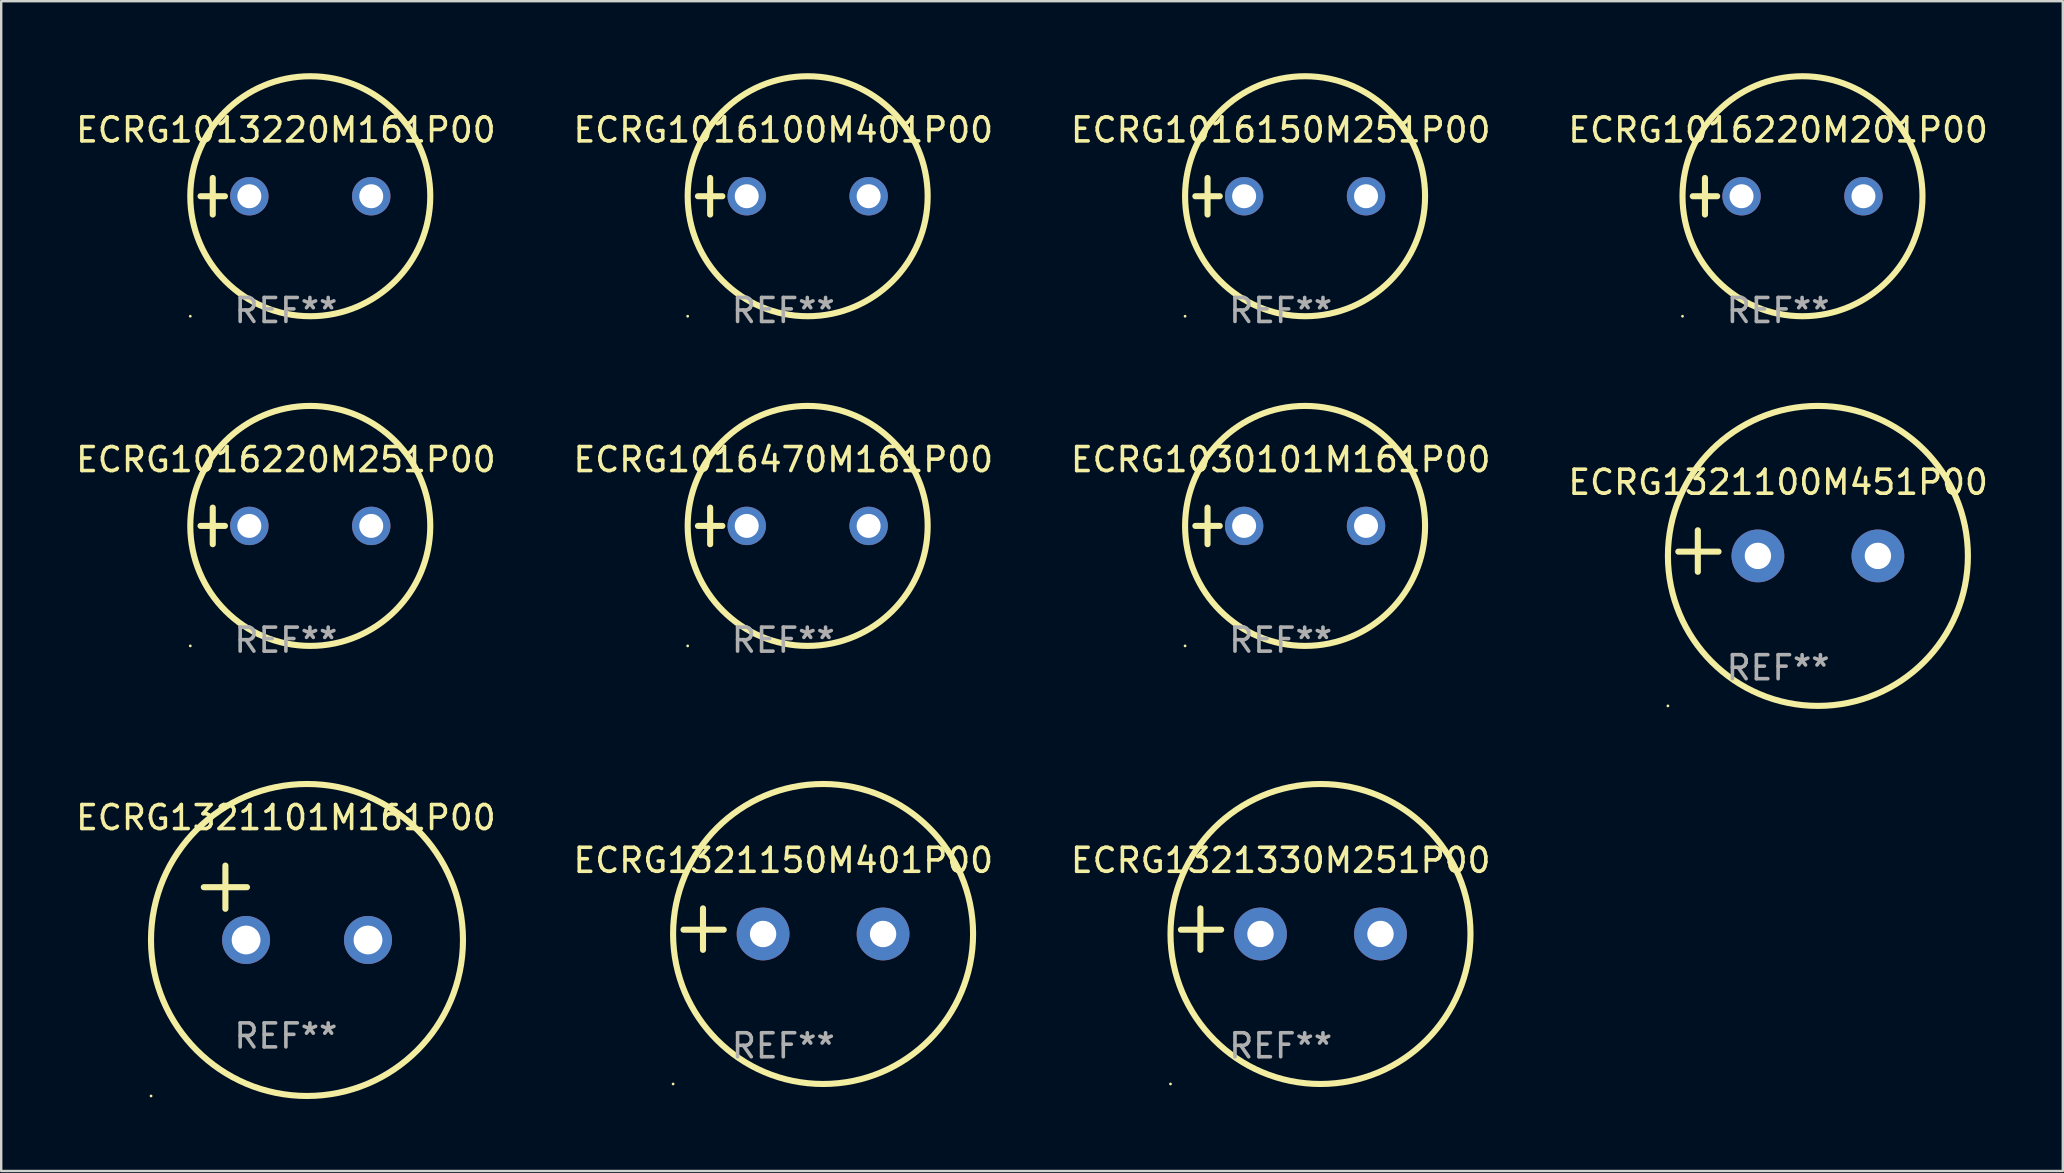
<source format=kicad_pcb>
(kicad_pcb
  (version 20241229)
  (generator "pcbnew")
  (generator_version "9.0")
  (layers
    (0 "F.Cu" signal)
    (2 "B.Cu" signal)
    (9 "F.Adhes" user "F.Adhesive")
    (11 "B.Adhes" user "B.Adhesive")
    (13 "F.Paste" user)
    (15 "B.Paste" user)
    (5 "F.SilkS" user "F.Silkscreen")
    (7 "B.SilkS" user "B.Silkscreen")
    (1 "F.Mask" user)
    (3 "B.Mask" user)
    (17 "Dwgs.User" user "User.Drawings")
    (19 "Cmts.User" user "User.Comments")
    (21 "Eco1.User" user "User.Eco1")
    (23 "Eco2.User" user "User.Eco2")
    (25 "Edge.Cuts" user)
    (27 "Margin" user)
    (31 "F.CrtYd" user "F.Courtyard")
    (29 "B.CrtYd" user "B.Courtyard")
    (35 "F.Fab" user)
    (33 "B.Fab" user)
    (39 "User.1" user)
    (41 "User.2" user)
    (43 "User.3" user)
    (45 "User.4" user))
  (footprint "ECRG1016220M201P00"
    (layer "F.Cu")
    (at 71.042 5.127)
    (property "Reference" "ECRG1016220M201P00" (at 0 -2.762 0) (layer "F.SilkS") (effects (font (size 1 1) (thickness 0.15))))
    (attr through_hole)
    (fp_line (start -3.556 0) (end -2.54 0) (stroke (width 0.254) (type solid)) (layer "F.SilkS"))
    (fp_line (start -3.048 -0.762) (end -3.048 0.762) (stroke (width 0.254) (type solid)) (layer "F.SilkS"))
    (fp_circle (center -3.984 5) (end -3.954 5) (stroke (width 0.06) (type solid)) (fill no) (layer "F.SilkS"))
    (fp_circle (center 1.016 0) (end 6.016 0) (stroke (width 0.254) (type solid)) (fill no) (layer "F.SilkS"))
    (fp_text user "REF**" (at 0 4.762 0) (layer "F.Fab") (effects (font (size 1 1) (thickness 0.15))))
    (pad "1" thru_hole circle (at -1.524 0) (size 1.6 1.6) (drill 1) (layers "*.Cu" "*.Mask"))
    (pad "2" thru_hole circle (at 3.556 0) (size 1.6 1.6) (drill 1) (layers "*.Cu" "*.Mask")))
  (footprint "ECRG1016470M161P00"
    (layer "F.Cu")
    (at 29.589 18.864)
    (property "Reference" "ECRG1016470M161P00" (at 0 -2.762 0) (layer "F.SilkS") (effects (font (size 1 1) (thickness 0.15))))
    (attr through_hole)
    (fp_line (start -3.556 0) (end -2.54 0) (stroke (width 0.254) (type solid)) (layer "F.SilkS"))
    (fp_line (start -3.048 -0.762) (end -3.048 0.762) (stroke (width 0.254) (type solid)) (layer "F.SilkS"))
    (fp_circle (center -3.984 5) (end -3.954 5) (stroke (width 0.06) (type solid)) (fill no) (layer "F.SilkS"))
    (fp_circle (center 1.016 0) (end 6.016 0) (stroke (width 0.254) (type solid)) (fill no) (layer "F.SilkS"))
    (fp_text user "REF**" (at 0 4.762 0) (layer "F.Fab") (effects (font (size 1 1) (thickness 0.15))))
    (pad "1" thru_hole circle (at -1.524 0) (size 1.6 1.6) (drill 1) (layers "*.Cu" "*.Mask"))
    (pad "2" thru_hole circle (at 3.556 0) (size 1.6 1.6) (drill 1) (layers "*.Cu" "*.Mask")))
  (footprint "ECRG1321100M451P00"
    (layer "F.Cu")
    (at 71.042 19.911)
    (property "Reference" "ECRG1321100M451P00" (at 0 -2.864 0) (layer "F.SilkS") (effects (font (size 1 1) (thickness 0.15))))
    (attr through_hole)
    (fp_line (start -3.346 0.864) (end -3.346 -0.864) (stroke (width 0.254) (type solid)) (layer "F.SilkS"))
    (fp_line (start -2.482 0.025) (end -4.158 0.025) (stroke (width 0.254) (type solid)) (layer "F.SilkS"))
    (fp_circle (center -4.592 6.453) (end -4.562 6.453) (stroke (width 0.06) (type solid)) (fill no) (layer "F.SilkS"))
    (fp_circle (center 1.658 0.203) (end 7.908 0.203) (stroke (width 0.254) (type solid)) (fill no) (layer "F.SilkS"))
    (fp_text user "REF**" (at 0 4.864 0) (layer "F.Fab") (effects (font (size 1 1) (thickness 0.15))))
    (pad "1" thru_hole circle (at -0.842 0.203) (size 2.2 2.2) (drill 1.1) (layers "*.Cu" "*.Mask"))
    (pad "2" thru_hole circle (at 4.158 0.203) (size 2.2 2.2) (drill 1.1) (layers "*.Cu" "*.Mask")))
  (footprint "ECRG1016150M251P00"
    (layer "F.Cu")
    (at 50.315 5.127)
    (property "Reference" "ECRG1016150M251P00" (at 0 -2.762 0) (layer "F.SilkS") (effects (font (size 1 1) (thickness 0.15))))
    (attr through_hole)
    (fp_line (start -3.556 0) (end -2.54 0) (stroke (width 0.254) (type solid)) (layer "F.SilkS"))
    (fp_line (start -3.048 -0.762) (end -3.048 0.762) (stroke (width 0.254) (type solid)) (layer "F.SilkS"))
    (fp_circle (center -3.984 5) (end -3.954 5) (stroke (width 0.06) (type solid)) (fill no) (layer "F.SilkS"))
    (fp_circle (center 1.016 0) (end 6.016 0) (stroke (width 0.254) (type solid)) (fill no) (layer "F.SilkS"))
    (fp_text user "REF**" (at 0 4.762 0) (layer "F.Fab") (effects (font (size 1 1) (thickness 0.15))))
    (pad "1" thru_hole circle (at -1.524 0) (size 1.6 1.6) (drill 1) (layers "*.Cu" "*.Mask"))
    (pad "2" thru_hole circle (at 3.556 0) (size 1.6 1.6) (drill 1) (layers "*.Cu" "*.Mask")))
  (footprint "ECRG1321330M251P00"
    (layer "F.Cu")
    (at 50.315 35.665)
    (property "Reference" "ECRG1321330M251P00" (at 0 -2.864 0) (layer "F.SilkS") (effects (font (size 1 1) (thickness 0.15))))
    (attr through_hole)
    (fp_line (start -3.346 0.864) (end -3.346 -0.864) (stroke (width 0.254) (type solid)) (layer "F.SilkS"))
    (fp_line (start -2.482 0.025) (end -4.158 0.025) (stroke (width 0.254) (type solid)) (layer "F.SilkS"))
    (fp_circle (center -4.592 6.453) (end -4.562 6.453) (stroke (width 0.06) (type solid)) (fill no) (layer "F.SilkS"))
    (fp_circle (center 1.658 0.203) (end 7.908 0.203) (stroke (width 0.254) (type solid)) (fill no) (layer "F.SilkS"))
    (fp_text user "REF**" (at 0 4.864 0) (layer "F.Fab") (effects (font (size 1 1) (thickness 0.15))))
    (pad "1" thru_hole circle (at -0.842 0.203) (size 2.2 2.2) (drill 1.1) (layers "*.Cu" "*.Mask"))
    (pad "2" thru_hole circle (at 4.158 0.203) (size 2.2 2.2) (drill 1.1) (layers "*.Cu" "*.Mask")))
  (footprint "ECRG1013220M161P00"
    (layer "F.Cu")
    (at 8.863 5.127)
    (property "Reference" "ECRG1013220M161P00" (at 0 -2.762 0) (layer "F.SilkS") (effects (font (size 1 1) (thickness 0.15))))
    (attr through_hole)
    (fp_line (start -3.556 0) (end -2.54 0) (stroke (width 0.254) (type solid)) (layer "F.SilkS"))
    (fp_line (start -3.048 -0.762) (end -3.048 0.762) (stroke (width 0.254) (type solid)) (layer "F.SilkS"))
    (fp_circle (center -3.984 5) (end -3.954 5) (stroke (width 0.06) (type solid)) (fill no) (layer "F.SilkS"))
    (fp_circle (center 1.016 0) (end 6.016 0) (stroke (width 0.254) (type solid)) (fill no) (layer "F.SilkS"))
    (fp_text user "REF**" (at 0 4.762 0) (layer "F.Fab") (effects (font (size 1 1) (thickness 0.15))))
    (pad "1" thru_hole circle (at -1.524 0) (size 1.6 1.6) (drill 1) (layers "*.Cu" "*.Mask"))
    (pad "2" thru_hole circle (at 3.556 0) (size 1.6 1.6) (drill 1) (layers "*.Cu" "*.Mask")))
  (footprint "ECRG1016220M251P00"
    (layer "F.Cu")
    (at 8.863 18.864)
    (property "Reference" "ECRG1016220M251P00" (at 0 -2.762 0) (layer "F.SilkS") (effects (font (size 1 1) (thickness 0.15))))
    (attr through_hole)
    (fp_line (start -3.556 0) (end -2.54 0) (stroke (width 0.254) (type solid)) (layer "F.SilkS"))
    (fp_line (start -3.048 -0.762) (end -3.048 0.762) (stroke (width 0.254) (type solid)) (layer "F.SilkS"))
    (fp_circle (center -3.984 5) (end -3.954 5) (stroke (width 0.06) (type solid)) (fill no) (layer "F.SilkS"))
    (fp_circle (center 1.016 0) (end 6.016 0) (stroke (width 0.254) (type solid)) (fill no) (layer "F.SilkS"))
    (fp_text user "REF**" (at 0 4.762 0) (layer "F.Fab") (effects (font (size 1 1) (thickness 0.15))))
    (pad "1" thru_hole circle (at -1.524 0) (size 1.6 1.6) (drill 1) (layers "*.Cu" "*.Mask"))
    (pad "2" thru_hole circle (at 3.556 0) (size 1.6 1.6) (drill 1) (layers "*.Cu" "*.Mask")))
  (footprint "ECRG1321150M401P00"
    (layer "F.Cu")
    (at 29.589 35.665)
    (property "Reference" "ECRG1321150M401P00" (at 0 -2.864 0) (layer "F.SilkS") (effects (font (size 1 1) (thickness 0.15))))
    (attr through_hole)
    (fp_line (start -3.346 0.864) (end -3.346 -0.864) (stroke (width 0.254) (type solid)) (layer "F.SilkS"))
    (fp_line (start -2.482 0.025) (end -4.158 0.025) (stroke (width 0.254) (type solid)) (layer "F.SilkS"))
    (fp_circle (center -4.592 6.453) (end -4.562 6.453) (stroke (width 0.06) (type solid)) (fill no) (layer "F.SilkS"))
    (fp_circle (center 1.658 0.203) (end 7.908 0.203) (stroke (width 0.254) (type solid)) (fill no) (layer "F.SilkS"))
    (fp_text user "REF**" (at 0 4.864 0) (layer "F.Fab") (effects (font (size 1 1) (thickness 0.15))))
    (pad "1" thru_hole circle (at -0.842 0.203) (size 2.2 2.2) (drill 1.1) (layers "*.Cu" "*.Mask"))
    (pad "2" thru_hole circle (at 4.158 0.203) (size 2.2 2.2) (drill 1.1) (layers "*.Cu" "*.Mask")))
  (footprint "ECRG1030101M161P00"
    (layer "F.Cu")
    (at 50.315 18.864)
    (property "Reference" "ECRG1030101M161P00" (at 0 -2.762 0) (layer "F.SilkS") (effects (font (size 1 1) (thickness 0.15))))
    (attr through_hole)
    (fp_line (start -3.556 0) (end -2.54 0) (stroke (width 0.254) (type solid)) (layer "F.SilkS"))
    (fp_line (start -3.048 -0.762) (end -3.048 0.762) (stroke (width 0.254) (type solid)) (layer "F.SilkS"))
    (fp_circle (center -3.984 5) (end -3.954 5) (stroke (width 0.06) (type solid)) (fill no) (layer "F.SilkS"))
    (fp_circle (center 1.016 0) (end 6.016 0) (stroke (width 0.254) (type solid)) (fill no) (layer "F.SilkS"))
    (fp_text user "REF**" (at 0 4.762 0) (layer "F.Fab") (effects (font (size 1 1) (thickness 0.15))))
    (pad "1" thru_hole circle (at -1.524 0) (size 1.6 1.6) (drill 1) (layers "*.Cu" "*.Mask"))
    (pad "2" thru_hole circle (at 3.556 0) (size 1.6 1.6) (drill 1) (layers "*.Cu" "*.Mask")))
  (footprint "ECRG1321101M161P00"
    (layer "F.Cu")
    (at 8.863 34.568)
    (property "Reference" "ECRG1321101M161P00" (at 0 -3.55 0) (layer "F.SilkS") (effects (font (size 1 1) (thickness 0.15))))
    (attr through_hole)
    (fp_line (start -3.421 -0.65) (end -1.621 -0.65) (stroke (width 0.254) (type solid)) (layer "F.SilkS"))
    (fp_line (start -2.521 -1.55) (end -2.521 0.25) (stroke (width 0.254) (type solid)) (layer "F.SilkS"))
    (fp_circle (center -5.619 8.05) (end -5.589 8.05) (stroke (width 0.06) (type solid)) (fill no) (layer "F.SilkS"))
    (fp_circle (center 0.879 1.55) (end 7.379 1.55) (stroke (width 0.254) (type solid)) (fill no) (layer "F.SilkS"))
    (fp_text user "REF**" (at 0 5.55 0) (layer "F.Fab") (effects (font (size 1 1) (thickness 0.15))))
    (pad "1" thru_hole circle (at -1.659 1.55) (size 2 2) (drill 1.2) (layers "*.Cu" "*.Mask"))
    (pad "2" thru_hole circle (at 3.421 1.55) (size 2 2) (drill 1.2) (layers "*.Cu" "*.Mask")))
  (footprint "ECRG1016100M401P00"
    (layer "F.Cu")
    (at 29.589 5.127)
    (property "Reference" "ECRG1016100M401P00" (at 0 -2.762 0) (layer "F.SilkS") (effects (font (size 1 1) (thickness 0.15))))
    (attr through_hole)
    (fp_line (start -3.556 0) (end -2.54 0) (stroke (width 0.254) (type solid)) (layer "F.SilkS"))
    (fp_line (start -3.048 -0.762) (end -3.048 0.762) (stroke (width 0.254) (type solid)) (layer "F.SilkS"))
    (fp_circle (center -3.984 5) (end -3.954 5) (stroke (width 0.06) (type solid)) (fill no) (layer "F.SilkS"))
    (fp_circle (center 1.016 0) (end 6.016 0) (stroke (width 0.254) (type solid)) (fill no) (layer "F.SilkS"))
    (fp_text user "REF**" (at 0 4.762 0) (layer "F.Fab") (effects (font (size 1 1) (thickness 0.15))))
    (pad "1" thru_hole circle (at -1.524 0) (size 1.6 1.6) (drill 1) (layers "*.Cu" "*.Mask"))
    (pad "2" thru_hole circle (at 3.556 0) (size 1.6 1.6) (drill 1) (layers "*.Cu" "*.Mask")))
  (gr_rect
    (start -3 -3)
    (end 82.905 45.745)
    (stroke (width 0.1) (type default))
    (fill no)
    (layer "Edge.Cuts")))
</source>
